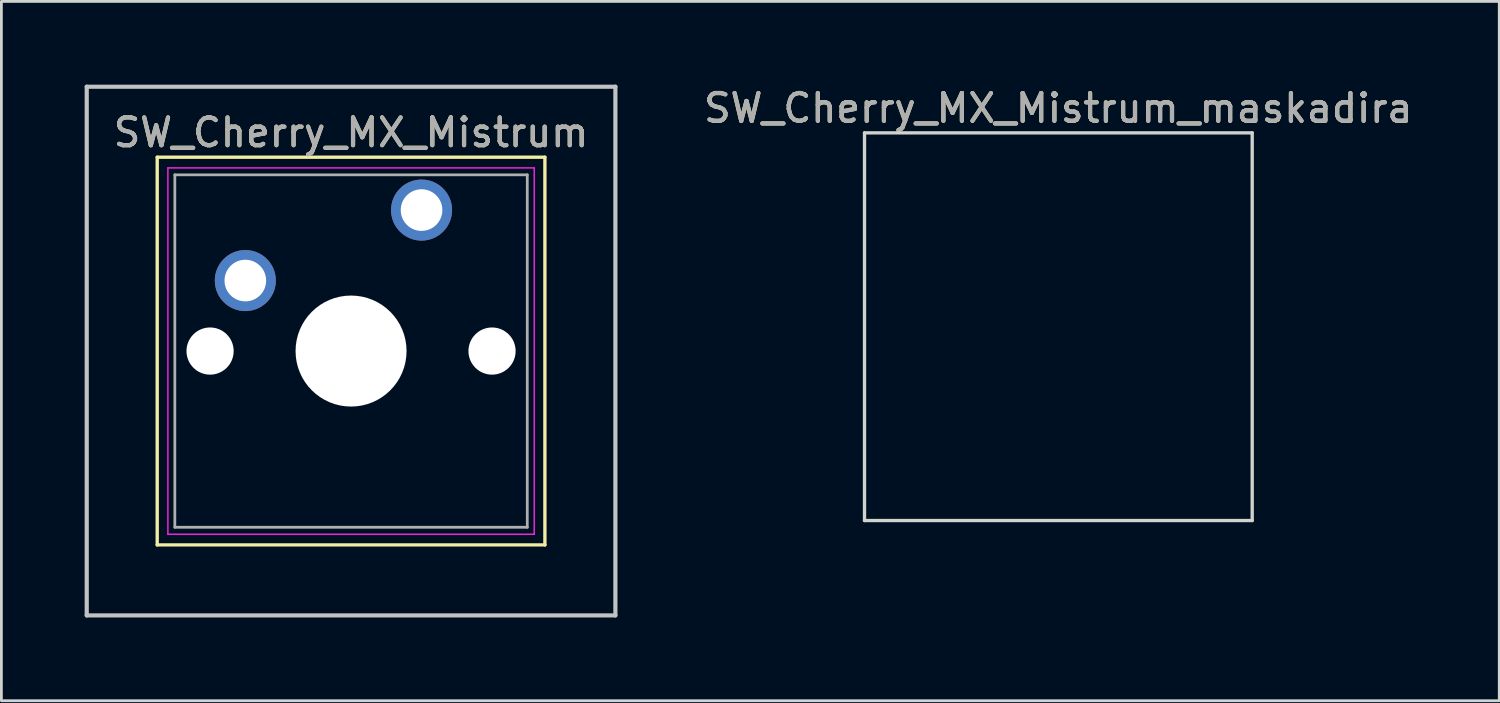
<source format=kicad_pcb>
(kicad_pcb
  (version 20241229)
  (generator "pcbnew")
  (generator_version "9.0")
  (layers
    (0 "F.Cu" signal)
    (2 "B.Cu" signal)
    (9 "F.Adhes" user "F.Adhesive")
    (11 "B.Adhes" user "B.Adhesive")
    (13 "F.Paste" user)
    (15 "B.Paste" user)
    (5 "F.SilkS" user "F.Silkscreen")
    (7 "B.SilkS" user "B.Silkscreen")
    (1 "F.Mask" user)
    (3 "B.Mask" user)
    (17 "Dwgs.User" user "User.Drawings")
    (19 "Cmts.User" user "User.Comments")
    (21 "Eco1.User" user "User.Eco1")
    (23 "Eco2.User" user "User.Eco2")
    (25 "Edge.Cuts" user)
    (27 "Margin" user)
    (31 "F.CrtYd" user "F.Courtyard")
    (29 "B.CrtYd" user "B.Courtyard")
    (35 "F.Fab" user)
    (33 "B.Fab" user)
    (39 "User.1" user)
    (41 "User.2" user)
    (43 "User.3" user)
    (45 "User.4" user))
  (footprint "SW_Cherry_MX_Mistrum"
    (layer "F.Cu")
    (at 12.14 4.52)
    (property "Reference" "SW_Cherry_MX_Mistrum" (at -2.54 -2.794 0) (layer "F.SilkS") (effects (font (size 1 1) (thickness 0.15))))
    (attr through_hole)
    (fp_line (start -9.525 -1.905) (end 4.445 -1.905) (stroke (width 0.12) (type solid)) (layer "F.SilkS"))
    (fp_line (start -9.525 12.065) (end -9.525 -1.905) (stroke (width 0.12) (type solid)) (layer "F.SilkS"))
    (fp_line (start 4.445 -1.905) (end 4.445 12.065) (stroke (width 0.12) (type solid)) (layer "F.SilkS"))
    (fp_line (start 4.445 12.065) (end -9.525 12.065) (stroke (width 0.12) (type solid)) (layer "F.SilkS"))
    (fp_line (start -12.065 -4.445) (end 6.985 -4.445) (stroke (width 0.15) (type solid)) (layer "Dwgs.User"))
    (fp_line (start -12.065 14.605) (end -12.065 -4.445) (stroke (width 0.15) (type solid)) (layer "Dwgs.User"))
    (fp_line (start 6.985 -4.445) (end 6.985 14.605) (stroke (width 0.15) (type solid)) (layer "Dwgs.User"))
    (fp_line (start 6.985 14.605) (end -12.065 14.605) (stroke (width 0.15) (type solid)) (layer "Dwgs.User"))
    (fp_line (start -9.14 -1.52) (end 4.06 -1.52) (stroke (width 0.05) (type solid)) (layer "F.CrtYd"))
    (fp_line (start -9.14 11.68) (end -9.14 -1.52) (stroke (width 0.05) (type solid)) (layer "F.CrtYd"))
    (fp_line (start 4.06 -1.52) (end 4.06 11.68) (stroke (width 0.05) (type solid)) (layer "F.CrtYd"))
    (fp_line (start 4.06 11.68) (end -9.14 11.68) (stroke (width 0.05) (type solid)) (layer "F.CrtYd"))
    (fp_line (start -8.89 -1.27) (end 3.81 -1.27) (stroke (width 0.1) (type solid)) (layer "F.Fab"))
    (fp_line (start -8.89 11.43) (end -8.89 -1.27) (stroke (width 0.1) (type solid)) (layer "F.Fab"))
    (fp_line (start 3.81 -1.27) (end 3.81 11.43) (stroke (width 0.1) (type solid)) (layer "F.Fab"))
    (fp_line (start 3.81 11.43) (end -8.89 11.43) (stroke (width 0.1) (type solid)) (layer "F.Fab"))
    (fp_text user "${REFERENCE}" (at -2.54 -2.794 0) (layer "F.Fab") (effects (font (size 1 1) (thickness 0.15))))
    (pad "" np_thru_hole circle (at -7.62 5.08) (size 1.7 1.7) (drill 1.7) (layers "*.Cu" "*.Mask"))
    (pad "" np_thru_hole circle (at -2.54 5.08) (size 4 4) (drill 4) (layers "*.Cu" "*.Mask"))
    (pad "" np_thru_hole circle (at 2.54 5.08) (size 1.7 1.7) (drill 1.7) (layers "*.Cu" "*.Mask"))
    (pad "1" thru_hole circle (at 0 0) (size 2.2 2.2) (drill 1.5) (layers "*.Cu" "*.Mask"))
    (pad "2" thru_hole circle (at -6.35 2.54) (size 2.2 2.2) (drill 1.5) (layers "*.Cu" "*.Mask")))
  (footprint "SW_Cherry_MX_Mistrum_maskadira"
    (layer "F.Cu")
    (at 37.627 3.642)
    (property "Reference" "SW_Cherry_MX_Mistrum_maskadira" (at -2.54 -2.794 0) (layer "F.SilkS") (effects (font (size 1 1) (thickness 0.15))))
    (attr through_hole)
    (fp_line (start -9.525 -1.905) (end 4.445 -1.905) (stroke (width 0.12) (type solid)) (layer "Edge.Cuts"))
    (fp_line (start -9.525 12.065) (end -9.525 -1.905) (stroke (width 0.12) (type solid)) (layer "Edge.Cuts"))
    (fp_line (start 4.445 -1.905) (end 4.445 12.065) (stroke (width 0.12) (type solid)) (layer "Edge.Cuts"))
    (fp_line (start 4.445 12.065) (end -9.525 12.065) (stroke (width 0.12) (type solid)) (layer "Edge.Cuts"))
    (fp_text user "${REFERENCE}" (at -2.54 -2.794 0) (layer "F.Fab") (effects (font (size 1 1) (thickness 0.15)))))
  (gr_rect
    (start -3 -3)
    (end 50.974 22.2)
    (stroke (width 0.1) (type default))
    (fill no)
    (layer "Edge.Cuts")))
</source>
